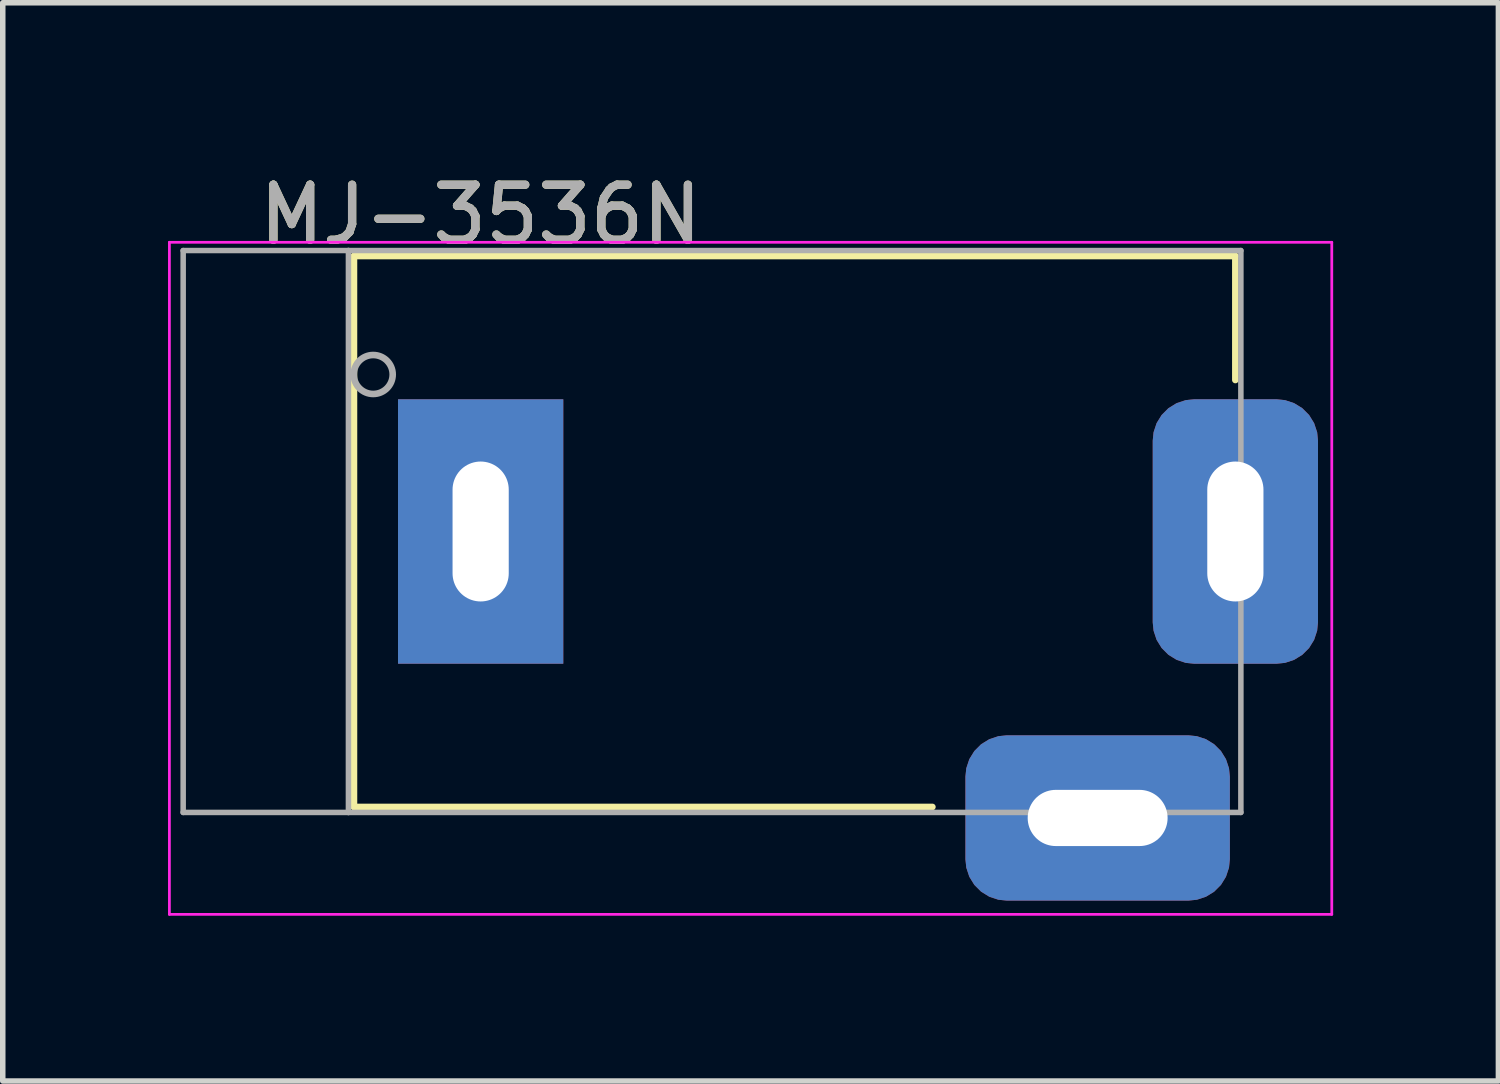
<source format=kicad_pcb>
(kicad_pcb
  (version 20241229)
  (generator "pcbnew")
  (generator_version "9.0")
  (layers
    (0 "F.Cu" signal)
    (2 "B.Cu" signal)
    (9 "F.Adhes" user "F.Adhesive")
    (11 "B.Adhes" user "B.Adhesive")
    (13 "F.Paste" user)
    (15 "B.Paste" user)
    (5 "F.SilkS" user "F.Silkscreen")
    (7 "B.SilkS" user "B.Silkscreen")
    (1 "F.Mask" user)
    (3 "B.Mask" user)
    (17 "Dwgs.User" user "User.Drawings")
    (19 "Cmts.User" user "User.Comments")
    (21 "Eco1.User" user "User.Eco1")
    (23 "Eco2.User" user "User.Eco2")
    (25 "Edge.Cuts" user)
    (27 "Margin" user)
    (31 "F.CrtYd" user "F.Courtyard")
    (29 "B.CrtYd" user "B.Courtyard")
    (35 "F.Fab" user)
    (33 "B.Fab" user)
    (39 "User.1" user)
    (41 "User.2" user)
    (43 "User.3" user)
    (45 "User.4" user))
  (footprint "MJ-3536N"
    (layer "F.Cu")
    (at 5.675 6.598)
    (property "Reference" "MJ-3536N" (at 0 -5.75 0) (layer "F.SilkS") (effects (font (size 1 1) (thickness 0.15))))
    (attr through_hole)
    (fp_line (start -2.3 -5) (end -2.3 5) (stroke (width 0.12) (type solid)) (layer "F.SilkS"))
    (fp_line (start -2.3 -5) (end 13.7 -5) (stroke (width 0.12) (type solid)) (layer "F.SilkS"))
    (fp_line (start 8.2 5) (end -2.3 5) (stroke (width 0.12) (type solid)) (layer "F.SilkS"))
    (fp_line (start 13.7 -2.75) (end 13.7 -5) (stroke (width 0.12) (type solid)) (layer "F.SilkS"))
    (fp_line (start -5.65 -5.25) (end -5.65 6.95) (stroke (width 0.05) (type solid)) (layer "F.CrtYd"))
    (fp_line (start -5.65 6.95) (end 15.45 6.95) (stroke (width 0.05) (type solid)) (layer "F.CrtYd"))
    (fp_line (start 15.45 -5.25) (end -5.65 -5.25) (stroke (width 0.05) (type solid)) (layer "F.CrtYd"))
    (fp_line (start 15.45 6.95) (end 15.45 -5.25) (stroke (width 0.05) (type solid)) (layer "F.CrtYd"))
    (fp_line (start -5.4 -5.1) (end -5.4 5.1) (stroke (width 0.1) (type solid)) (layer "F.Fab"))
    (fp_line (start -5.4 5.1) (end -2.4 5.1) (stroke (width 0.1) (type solid)) (layer "F.Fab"))
    (fp_line (start -2.4 -5.1) (end -5.4 -5.1) (stroke (width 0.1) (type solid)) (layer "F.Fab"))
    (fp_line (start -2.4 -5.1) (end -2.4 5.1) (stroke (width 0.1) (type solid)) (layer "F.Fab"))
    (fp_line (start -2.4 -5.1) (end 13.8 -5.1) (stroke (width 0.1) (type solid)) (layer "F.Fab"))
    (fp_line (start -2.4 5.1) (end 13.8 5.1) (stroke (width 0.1) (type solid)) (layer "F.Fab"))
    (fp_line (start 13.8 -5.1) (end 13.8 5.1) (stroke (width 0.1) (type solid)) (layer "F.Fab"))
    (fp_circle (center -1.95 -2.85) (end -1.9 -2.5) (stroke (width 0.12) (type solid)) (fill no) (layer "F.Fab"))
    (fp_text user "${REFERENCE}" (at 0 -5.75 0) (layer "F.Fab") (effects (font (size 1 1) (thickness 0.15))))
    (pad "S" thru_hole rect (at 0 0) (size 3 4.8) (drill oval 1.02 2.54) (layers "*.Cu" "*.Mask"))
    (pad "T" thru_hole roundrect (at 13.7 0) (size 3 4.8) (drill oval 1.02 2.54) (layers "*.Cu" "*.Mask") (roundrect_rratio 0.25))
    (pad "TN" thru_hole roundrect (at 11.2 5.2) (size 4.8 3) (drill oval 2.54 1.02) (layers "*.Cu" "*.Mask") (roundrect_rratio 0.25)))
  (gr_rect
    (start -3 -3)
    (end 24.15 16.573)
    (stroke (width 0.1) (type default))
    (fill no)
    (layer "Edge.Cuts")))
</source>
